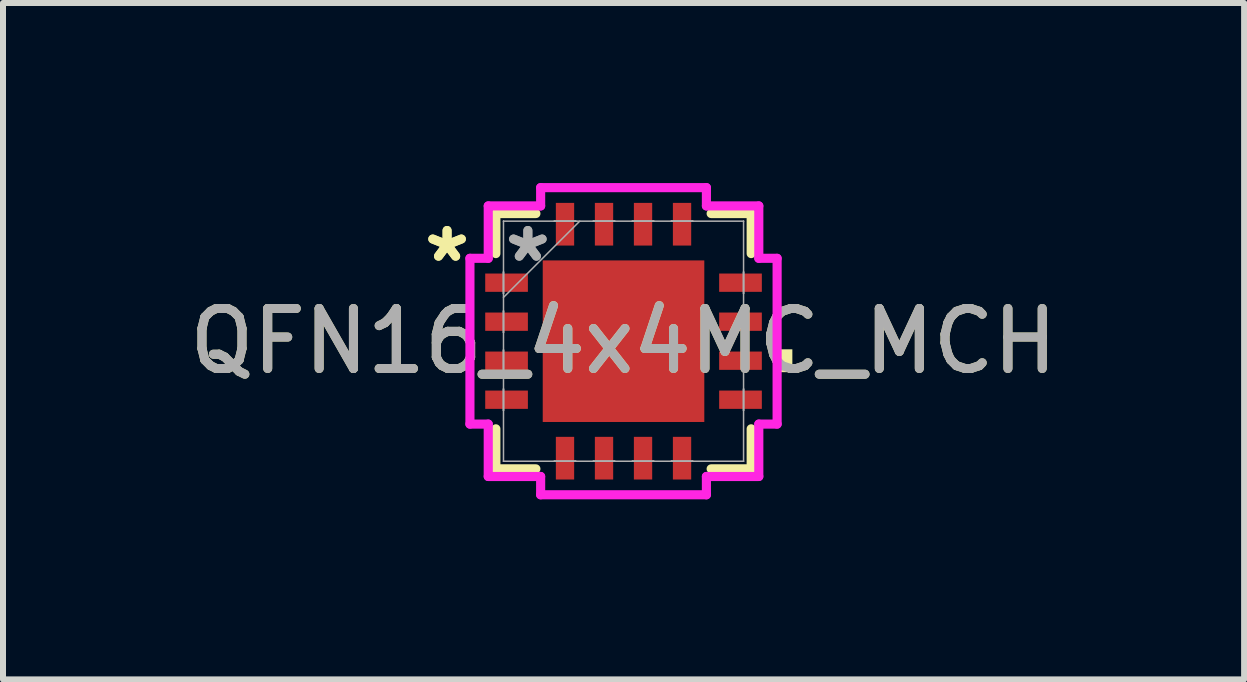
<source format=kicad_pcb>
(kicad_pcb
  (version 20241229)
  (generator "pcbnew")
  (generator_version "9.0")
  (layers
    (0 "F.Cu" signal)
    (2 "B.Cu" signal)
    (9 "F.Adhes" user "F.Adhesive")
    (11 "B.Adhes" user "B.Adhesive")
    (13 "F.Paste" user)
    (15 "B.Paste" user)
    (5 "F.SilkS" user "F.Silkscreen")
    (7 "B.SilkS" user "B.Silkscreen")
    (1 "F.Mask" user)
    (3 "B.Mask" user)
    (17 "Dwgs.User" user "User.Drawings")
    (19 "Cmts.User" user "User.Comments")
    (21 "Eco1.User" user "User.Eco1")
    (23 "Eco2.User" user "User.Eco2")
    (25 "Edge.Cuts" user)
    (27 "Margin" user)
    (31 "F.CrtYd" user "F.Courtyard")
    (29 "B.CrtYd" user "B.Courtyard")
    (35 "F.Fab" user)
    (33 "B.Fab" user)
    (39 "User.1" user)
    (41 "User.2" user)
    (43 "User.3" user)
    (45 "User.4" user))
  (footprint "QFN16_4x4MC_MCH"
    (layer "F.Cu")
    (at 7.339 2.635)
    (property "Reference" "QFN16_4x4MC_MCH" (at 0 0 0) (unlocked yes) (layer "F.SilkS") (effects (font (size 1 1) (thickness 0.15))))
    (attr smd)
    (fp_line (start -2.127 -2.127) (end -2.127 -1.46) (stroke (width 0.152) (type solid)) (layer "F.SilkS"))
    (fp_line (start -2.127 1.46) (end -2.127 2.127) (stroke (width 0.152) (type solid)) (layer "F.SilkS"))
    (fp_line (start -2.127 2.127) (end -1.46 2.127) (stroke (width 0.152) (type solid)) (layer "F.SilkS"))
    (fp_line (start -1.46 -2.127) (end -2.127 -2.127) (stroke (width 0.152) (type solid)) (layer "F.SilkS"))
    (fp_line (start 1.46 2.127) (end 2.127 2.127) (stroke (width 0.152) (type solid)) (layer "F.SilkS"))
    (fp_line (start 2.127 -2.127) (end 1.46 -2.127) (stroke (width 0.152) (type solid)) (layer "F.SilkS"))
    (fp_line (start 2.127 -1.46) (end 2.127 -2.127) (stroke (width 0.152) (type solid)) (layer "F.SilkS"))
    (fp_line (start 2.127 2.127) (end 2.127 1.46) (stroke (width 0.152) (type solid)) (layer "F.SilkS"))
    (fp_poly (pts (xy 2.813 0.135) (xy 2.813 0.516) (xy 2.559 0.516) (xy 2.559 0.135)) (stroke (width 0) (type solid)) (fill yes) (layer "F.SilkS"))
    (fp_poly (pts (xy -1.246 -1.246) (xy -1.246 -0.1) (xy -0.1 -0.1) (xy -0.1 -1.246)) (stroke (width 0) (type solid)) (fill yes) (layer "F.Paste"))
    (fp_poly (pts (xy -1.246 0.1) (xy -1.246 1.246) (xy -0.1 1.246) (xy -0.1 0.1)) (stroke (width 0) (type solid)) (fill yes) (layer "F.Paste"))
    (fp_poly (pts (xy 0.1 -1.246) (xy 0.1 -0.1) (xy 1.246 -0.1) (xy 1.246 -1.246)) (stroke (width 0) (type solid)) (fill yes) (layer "F.Paste"))
    (fp_poly (pts (xy 0.1 0.1) (xy 0.1 1.246) (xy 1.246 1.246) (xy 1.246 0.1)) (stroke (width 0) (type solid)) (fill yes) (layer "F.Paste"))
    (fp_line (start -2.559 -1.381) (end -2.254 -1.381) (stroke (width 0.152) (type solid)) (layer "F.CrtYd"))
    (fp_line (start -2.559 1.381) (end -2.559 -1.381) (stroke (width 0.152) (type solid)) (layer "F.CrtYd"))
    (fp_line (start -2.254 -2.254) (end -1.381 -2.254) (stroke (width 0.152) (type solid)) (layer "F.CrtYd"))
    (fp_line (start -2.254 -1.381) (end -2.254 -2.254) (stroke (width 0.152) (type solid)) (layer "F.CrtYd"))
    (fp_line (start -2.254 1.381) (end -2.559 1.381) (stroke (width 0.152) (type solid)) (layer "F.CrtYd"))
    (fp_line (start -2.254 2.254) (end -2.254 1.381) (stroke (width 0.152) (type solid)) (layer "F.CrtYd"))
    (fp_line (start -1.381 -2.559) (end 1.381 -2.559) (stroke (width 0.152) (type solid)) (layer "F.CrtYd"))
    (fp_line (start -1.381 -2.254) (end -1.381 -2.559) (stroke (width 0.152) (type solid)) (layer "F.CrtYd"))
    (fp_line (start -1.381 2.254) (end -2.254 2.254) (stroke (width 0.152) (type solid)) (layer "F.CrtYd"))
    (fp_line (start -1.381 2.559) (end -1.381 2.254) (stroke (width 0.152) (type solid)) (layer "F.CrtYd"))
    (fp_line (start 1.381 -2.559) (end 1.381 -2.254) (stroke (width 0.152) (type solid)) (layer "F.CrtYd"))
    (fp_line (start 1.381 -2.254) (end 2.254 -2.254) (stroke (width 0.152) (type solid)) (layer "F.CrtYd"))
    (fp_line (start 1.381 2.254) (end 1.381 2.559) (stroke (width 0.152) (type solid)) (layer "F.CrtYd"))
    (fp_line (start 1.381 2.559) (end -1.381 2.559) (stroke (width 0.152) (type solid)) (layer "F.CrtYd"))
    (fp_line (start 2.254 -2.254) (end 2.254 -1.381) (stroke (width 0.152) (type solid)) (layer "F.CrtYd"))
    (fp_line (start 2.254 -1.381) (end 2.559 -1.381) (stroke (width 0.152) (type solid)) (layer "F.CrtYd"))
    (fp_line (start 2.254 1.381) (end 2.254 2.254) (stroke (width 0.152) (type solid)) (layer "F.CrtYd"))
    (fp_line (start 2.254 2.254) (end 1.381 2.254) (stroke (width 0.152) (type solid)) (layer "F.CrtYd"))
    (fp_line (start 2.559 -1.381) (end 2.559 1.381) (stroke (width 0.152) (type solid)) (layer "F.CrtYd"))
    (fp_line (start 2.559 1.381) (end 2.254 1.381) (stroke (width 0.152) (type solid)) (layer "F.CrtYd"))
    (fp_line (start -2 -2) (end -2 -2) (stroke (width 0.025) (type solid)) (layer "F.Fab"))
    (fp_line (start -2 -2) (end -2 2) (stroke (width 0.025) (type solid)) (layer "F.Fab"))
    (fp_line (start -2 -1.153) (end -2 -1.153) (stroke (width 0.025) (type solid)) (layer "F.Fab"))
    (fp_line (start -2 -1.153) (end -2 -0.797) (stroke (width 0.025) (type solid)) (layer "F.Fab"))
    (fp_line (start -2 -0.797) (end -2 -1.153) (stroke (width 0.025) (type solid)) (layer "F.Fab"))
    (fp_line (start -2 -0.797) (end -2 -0.797) (stroke (width 0.025) (type solid)) (layer "F.Fab"))
    (fp_line (start -2 -0.73) (end -0.73 -2) (stroke (width 0.025) (type solid)) (layer "F.Fab"))
    (fp_line (start -2 -0.503) (end -2 -0.503) (stroke (width 0.025) (type solid)) (layer "F.Fab"))
    (fp_line (start -2 -0.503) (end -2 -0.147) (stroke (width 0.025) (type solid)) (layer "F.Fab"))
    (fp_line (start -2 -0.147) (end -2 -0.503) (stroke (width 0.025) (type solid)) (layer "F.Fab"))
    (fp_line (start -2 -0.147) (end -2 -0.147) (stroke (width 0.025) (type solid)) (layer "F.Fab"))
    (fp_line (start -2 0.147) (end -2 0.147) (stroke (width 0.025) (type solid)) (layer "F.Fab"))
    (fp_line (start -2 0.147) (end -2 0.503) (stroke (width 0.025) (type solid)) (layer "F.Fab"))
    (fp_line (start -2 0.503) (end -2 0.147) (stroke (width 0.025) (type solid)) (layer "F.Fab"))
    (fp_line (start -2 0.503) (end -2 0.503) (stroke (width 0.025) (type solid)) (layer "F.Fab"))
    (fp_line (start -2 0.797) (end -2 0.797) (stroke (width 0.025) (type solid)) (layer "F.Fab"))
    (fp_line (start -2 0.797) (end -2 1.153) (stroke (width 0.025) (type solid)) (layer "F.Fab"))
    (fp_line (start -2 1.153) (end -2 0.797) (stroke (width 0.025) (type solid)) (layer "F.Fab"))
    (fp_line (start -2 1.153) (end -2 1.153) (stroke (width 0.025) (type solid)) (layer "F.Fab"))
    (fp_line (start -2 2) (end -2 2) (stroke (width 0.025) (type solid)) (layer "F.Fab"))
    (fp_line (start -2 2) (end 2 2) (stroke (width 0.025) (type solid)) (layer "F.Fab"))
    (fp_line (start -1.153 -2) (end -1.153 -2) (stroke (width 0.025) (type solid)) (layer "F.Fab"))
    (fp_line (start -1.153 -2) (end -0.797 -2) (stroke (width 0.025) (type solid)) (layer "F.Fab"))
    (fp_line (start -1.153 2) (end -1.153 2) (stroke (width 0.025) (type solid)) (layer "F.Fab"))
    (fp_line (start -1.153 2) (end -0.797 2) (stroke (width 0.025) (type solid)) (layer "F.Fab"))
    (fp_line (start -0.797 -2) (end -1.153 -2) (stroke (width 0.025) (type solid)) (layer "F.Fab"))
    (fp_line (start -0.797 -2) (end -0.797 -2) (stroke (width 0.025) (type solid)) (layer "F.Fab"))
    (fp_line (start -0.797 2) (end -1.153 2) (stroke (width 0.025) (type solid)) (layer "F.Fab"))
    (fp_line (start -0.797 2) (end -0.797 2) (stroke (width 0.025) (type solid)) (layer "F.Fab"))
    (fp_line (start -0.503 -2) (end -0.503 -2) (stroke (width 0.025) (type solid)) (layer "F.Fab"))
    (fp_line (start -0.503 -2) (end -0.147 -2) (stroke (width 0.025) (type solid)) (layer "F.Fab"))
    (fp_line (start -0.503 2) (end -0.503 2) (stroke (width 0.025) (type solid)) (layer "F.Fab"))
    (fp_line (start -0.503 2) (end -0.147 2) (stroke (width 0.025) (type solid)) (layer "F.Fab"))
    (fp_line (start -0.147 -2) (end -0.503 -2) (stroke (width 0.025) (type solid)) (layer "F.Fab"))
    (fp_line (start -0.147 -2) (end -0.147 -2) (stroke (width 0.025) (type solid)) (layer "F.Fab"))
    (fp_line (start -0.147 2) (end -0.503 2) (stroke (width 0.025) (type solid)) (layer "F.Fab"))
    (fp_line (start -0.147 2) (end -0.147 2) (stroke (width 0.025) (type solid)) (layer "F.Fab"))
    (fp_line (start 0.147 -2) (end 0.147 -2) (stroke (width 0.025) (type solid)) (layer "F.Fab"))
    (fp_line (start 0.147 -2) (end 0.503 -2) (stroke (width 0.025) (type solid)) (layer "F.Fab"))
    (fp_line (start 0.147 2) (end 0.147 2) (stroke (width 0.025) (type solid)) (layer "F.Fab"))
    (fp_line (start 0.147 2) (end 0.503 2) (stroke (width 0.025) (type solid)) (layer "F.Fab"))
    (fp_line (start 0.503 -2) (end 0.147 -2) (stroke (width 0.025) (type solid)) (layer "F.Fab"))
    (fp_line (start 0.503 -2) (end 0.503 -2) (stroke (width 0.025) (type solid)) (layer "F.Fab"))
    (fp_line (start 0.503 2) (end 0.147 2) (stroke (width 0.025) (type solid)) (layer "F.Fab"))
    (fp_line (start 0.503 2) (end 0.503 2) (stroke (width 0.025) (type solid)) (layer "F.Fab"))
    (fp_line (start 0.797 -2) (end 0.797 -2) (stroke (width 0.025) (type solid)) (layer "F.Fab"))
    (fp_line (start 0.797 -2) (end 1.153 -2) (stroke (width 0.025) (type solid)) (layer "F.Fab"))
    (fp_line (start 0.797 2) (end 0.797 2) (stroke (width 0.025) (type solid)) (layer "F.Fab"))
    (fp_line (start 0.797 2) (end 1.153 2) (stroke (width 0.025) (type solid)) (layer "F.Fab"))
    (fp_line (start 1.153 -2) (end 0.797 -2) (stroke (width 0.025) (type solid)) (layer "F.Fab"))
    (fp_line (start 1.153 -2) (end 1.153 -2) (stroke (width 0.025) (type solid)) (layer "F.Fab"))
    (fp_line (start 1.153 2) (end 0.797 2) (stroke (width 0.025) (type solid)) (layer "F.Fab"))
    (fp_line (start 1.153 2) (end 1.153 2) (stroke (width 0.025) (type solid)) (layer "F.Fab"))
    (fp_line (start 2 -2) (end -2 -2) (stroke (width 0.025) (type solid)) (layer "F.Fab"))
    (fp_line (start 2 -2) (end 2 -2) (stroke (width 0.025) (type solid)) (layer "F.Fab"))
    (fp_line (start 2 -1.153) (end 2 -1.153) (stroke (width 0.025) (type solid)) (layer "F.Fab"))
    (fp_line (start 2 -1.153) (end 2 -0.797) (stroke (width 0.025) (type solid)) (layer "F.Fab"))
    (fp_line (start 2 -0.797) (end 2 -1.153) (stroke (width 0.025) (type solid)) (layer "F.Fab"))
    (fp_line (start 2 -0.797) (end 2 -0.797) (stroke (width 0.025) (type solid)) (layer "F.Fab"))
    (fp_line (start 2 -0.503) (end 2 -0.503) (stroke (width 0.025) (type solid)) (layer "F.Fab"))
    (fp_line (start 2 -0.503) (end 2 -0.147) (stroke (width 0.025) (type solid)) (layer "F.Fab"))
    (fp_line (start 2 -0.147) (end 2 -0.503) (stroke (width 0.025) (type solid)) (layer "F.Fab"))
    (fp_line (start 2 -0.147) (end 2 -0.147) (stroke (width 0.025) (type solid)) (layer "F.Fab"))
    (fp_line (start 2 0.147) (end 2 0.147) (stroke (width 0.025) (type solid)) (layer "F.Fab"))
    (fp_line (start 2 0.147) (end 2 0.503) (stroke (width 0.025) (type solid)) (layer "F.Fab"))
    (fp_line (start 2 0.503) (end 2 0.147) (stroke (width 0.025) (type solid)) (layer "F.Fab"))
    (fp_line (start 2 0.503) (end 2 0.503) (stroke (width 0.025) (type solid)) (layer "F.Fab"))
    (fp_line (start 2 0.797) (end 2 0.797) (stroke (width 0.025) (type solid)) (layer "F.Fab"))
    (fp_line (start 2 0.797) (end 2 1.153) (stroke (width 0.025) (type solid)) (layer "F.Fab"))
    (fp_line (start 2 1.153) (end 2 0.797) (stroke (width 0.025) (type solid)) (layer "F.Fab"))
    (fp_line (start 2 1.153) (end 2 1.153) (stroke (width 0.025) (type solid)) (layer "F.Fab"))
    (fp_line (start 2 2) (end 2 -2) (stroke (width 0.025) (type solid)) (layer "F.Fab"))
    (fp_line (start 2 2) (end 2 2) (stroke (width 0.025) (type solid)) (layer "F.Fab"))
    (fp_text user "*" (at -2.94 -1.3 0) (unlocked yes) (layer "F.SilkS") (effects (font (size 1 1) (thickness 0.15))))
    (fp_text user "*" (at -2.94 -1.3 0) (layer "F.SilkS") (effects (font (size 1 1) (thickness 0.15))))
    (fp_text user "*" (at -1.594 -1.3 0) (layer "F.Fab") (effects (font (size 1 1) (thickness 0.15))))
    (fp_text user "*" (at -1.594 -1.3 0) (unlocked yes) (layer "F.Fab") (effects (font (size 1 1) (thickness 0.15))))
    (fp_text user "${REFERENCE}" (at 0 0 0) (unlocked yes) (layer "F.Fab") (effects (font (size 1 1) (thickness 0.15))))
    (pad "1" smd rect (at -1.949 -0.975 90) (size 0.305 0.711) (layers "F.Cu" "F.Mask" "F.Paste"))
    (pad "2" smd rect (at -1.949 -0.325 90) (size 0.305 0.711) (layers "F.Cu" "F.Mask" "F.Paste"))
    (pad "3" smd rect (at -1.949 0.325 90) (size 0.305 0.711) (layers "F.Cu" "F.Mask" "F.Paste"))
    (pad "4" smd rect (at -1.949 0.975 90) (size 0.305 0.711) (layers "F.Cu" "F.Mask" "F.Paste"))
    (pad "5" smd rect (at -0.975 1.949) (size 0.305 0.711) (layers "F.Cu" "F.Mask" "F.Paste"))
    (pad "6" smd rect (at -0.325 1.949) (size 0.305 0.711) (layers "F.Cu" "F.Mask" "F.Paste"))
    (pad "7" smd rect (at 0.325 1.949) (size 0.305 0.711) (layers "F.Cu" "F.Mask" "F.Paste"))
    (pad "8" smd rect (at 0.975 1.949) (size 0.305 0.711) (layers "F.Cu" "F.Mask" "F.Paste"))
    (pad "9" smd rect (at 1.949 0.975 90) (size 0.305 0.711) (layers "F.Cu" "F.Mask" "F.Paste"))
    (pad "10" smd rect (at 1.949 0.325 90) (size 0.305 0.711) (layers "F.Cu" "F.Mask" "F.Paste"))
    (pad "11" smd rect (at 1.949 -0.325 90) (size 0.305 0.711) (layers "F.Cu" "F.Mask" "F.Paste"))
    (pad "12" smd rect (at 1.949 -0.975 90) (size 0.305 0.711) (layers "F.Cu" "F.Mask" "F.Paste"))
    (pad "13" smd rect (at 0.975 -1.949) (size 0.305 0.711) (layers "F.Cu" "F.Mask" "F.Paste"))
    (pad "14" smd rect (at 0.325 -1.949) (size 0.305 0.711) (layers "F.Cu" "F.Mask" "F.Paste"))
    (pad "15" smd rect (at -0.325 -1.949) (size 0.305 0.711) (layers "F.Cu" "F.Mask" "F.Paste"))
    (pad "16" smd rect (at -0.975 -1.949) (size 0.305 0.711) (layers "F.Cu" "F.Mask" "F.Paste"))
    (pad "17" smd rect (at 0 0) (size 2.692 2.692) (layers "F.Cu" "F.Mask" "F.Paste")))
  (gr_rect
    (start -3 -3)
    (end 17.679 8.27)
    (stroke (width 0.1) (type default))
    (fill no)
    (layer "Edge.Cuts")))
</source>
